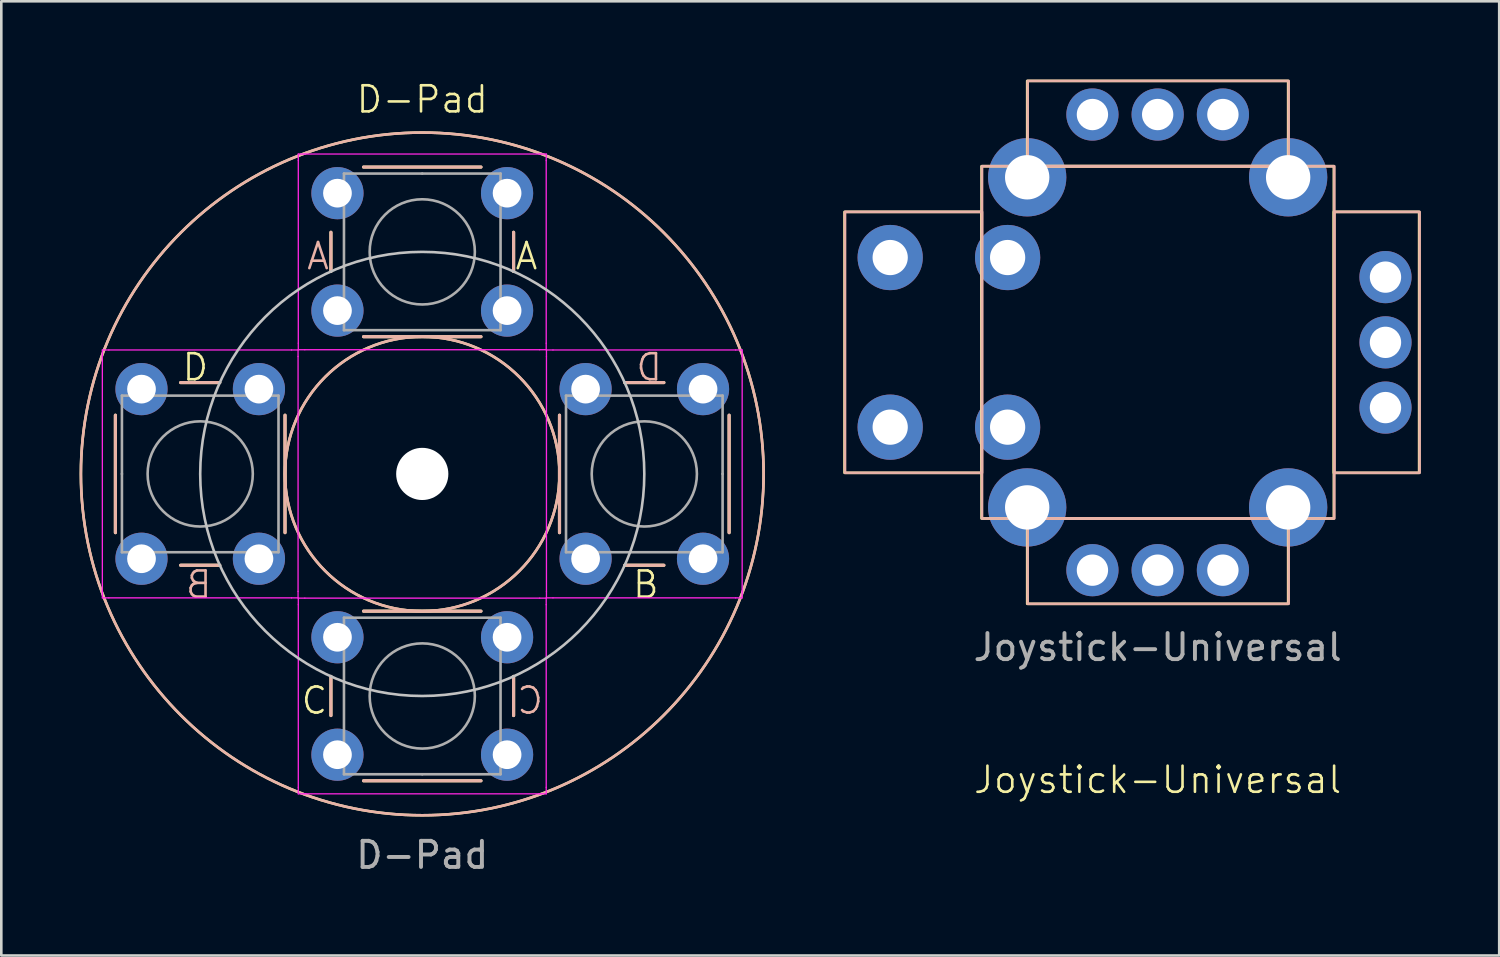
<source format=kicad_pcb>
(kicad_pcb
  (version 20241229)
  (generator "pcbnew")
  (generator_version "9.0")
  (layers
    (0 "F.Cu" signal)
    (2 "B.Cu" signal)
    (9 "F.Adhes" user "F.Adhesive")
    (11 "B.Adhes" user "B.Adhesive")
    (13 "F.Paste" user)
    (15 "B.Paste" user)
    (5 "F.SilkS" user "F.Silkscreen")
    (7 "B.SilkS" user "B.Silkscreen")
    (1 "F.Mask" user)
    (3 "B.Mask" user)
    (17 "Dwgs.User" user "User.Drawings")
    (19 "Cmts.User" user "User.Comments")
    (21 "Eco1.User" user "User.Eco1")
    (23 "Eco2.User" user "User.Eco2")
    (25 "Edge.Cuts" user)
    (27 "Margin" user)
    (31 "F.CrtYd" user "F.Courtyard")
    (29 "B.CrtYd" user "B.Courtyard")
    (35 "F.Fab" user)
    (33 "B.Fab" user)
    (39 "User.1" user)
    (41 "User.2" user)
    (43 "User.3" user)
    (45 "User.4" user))
  (footprint "Joystick-Universal"
    (layer "F.Cu")
    (at 41.312 10.069)
    (property "Reference" "Joystick-Universal" (at 0 16.764 0) (unlocked yes) (layer "F.SilkS") (effects (font (size 1 1) (thickness 0.1))))
    (attr through_hole)
    (fp_rect (start -12 -5) (end -6.75 5) (stroke (width 0.1) (type default)) (fill no) (layer "F.SilkS"))
    (fp_rect (start -6.75 -6.75) (end 6.75 6.75) (stroke (width 0.1) (type default)) (fill no) (layer "F.SilkS"))
    (fp_rect (start -5 6.75) (end 5 10.019) (stroke (width 0.1) (type default)) (fill no) (layer "F.SilkS"))
    (fp_rect (start 5 -6.75) (end -5 -10.019) (stroke (width 0.1) (type default)) (fill no) (layer "F.SilkS"))
    (fp_rect (start 6.75 5) (end 10.019 -5) (stroke (width 0.1) (type default)) (fill no) (layer "F.SilkS"))
    (fp_rect (start -11.981 5) (end -6.731 -5) (stroke (width 0.1) (type default)) (fill no) (layer "B.SilkS"))
    (fp_rect (start -6.731 6.75) (end 6.769 -6.75) (stroke (width 0.1) (type default)) (fill no) (layer "B.SilkS"))
    (fp_rect (start -4.981 -6.75) (end 5.019 -10.019) (stroke (width 0.1) (type default)) (fill no) (layer "B.SilkS"))
    (fp_rect (start 5.019 6.75) (end -4.981 10.019) (stroke (width 0.1) (type default)) (fill no) (layer "B.SilkS"))
    (fp_rect (start 6.769 -5) (end 10.038 5) (stroke (width 0.1) (type default)) (fill no) (layer "B.SilkS"))
    (fp_text user "${REFERENCE}" (at 0 11.684 0) (unlocked yes) (layer "F.Fab") (effects (font (size 1 1) (thickness 0.15))))
    (pad "1" thru_hole circle (at -2.5 8.73) (size 2 2) (drill 1.2) (layers "*.Cu" "*.Mask"))
    (pad "1" thru_hole circle (at 2.5 -8.73 180) (size 2 2) (drill 1.2) (layers "*.Cu" "*.Mask"))
    (pad "2" thru_hole circle (at 0 -8.73 180) (size 2 2) (drill 1.2) (layers "*.Cu" "*.Mask"))
    (pad "2" thru_hole circle (at 0 8.73) (size 2 2) (drill 1.2) (layers "*.Cu" "*.Mask"))
    (pad "3" thru_hole circle (at -2.5 -8.73 180) (size 2 2) (drill 1.2) (layers "*.Cu" "*.Mask"))
    (pad "3" thru_hole circle (at 2.5 8.73) (size 2 2) (drill 1.2) (layers "*.Cu" "*.Mask"))
    (pad "4" thru_hole circle (at 8.73 2.5 90) (size 2 2) (drill 1.2) (layers "*.Cu" "*.Mask"))
    (pad "5" thru_hole circle (at 8.73 0 90) (size 2 2) (drill 1.2) (layers "*.Cu" "*.Mask"))
    (pad "6" thru_hole circle (at 8.73 -2.5 90) (size 2 2) (drill 1.2) (layers "*.Cu" "*.Mask"))
    (pad "7" thru_hole circle (at -5.75 -3.25) (size 2.5 2.5) (drill 1.35) (layers "*.Cu" "*.Mask"))
    (pad "7" thru_hole circle (at -5.75 3.25) (size 2.5 2.5) (drill 1.35) (layers "*.Cu" "*.Mask"))
    (pad "8" thru_hole circle (at -10.25 -3.25) (size 2.5 2.5) (drill 1.35) (layers "*.Cu" "*.Mask"))
    (pad "8" thru_hole circle (at -10.25 3.25) (size 2.5 2.5) (drill 1.35) (layers "*.Cu" "*.Mask"))
    (pad "9" thru_hole circle (at -5 -6.325 90) (size 3 3) (drill 1.7) (layers "*.Cu" "*.Mask"))
    (pad "9" thru_hole circle (at -5 6.325 180) (size 3 3) (drill 1.7) (layers "*.Cu" "*.Mask"))
    (pad "9" thru_hole circle (at 5 -6.325 180) (size 3 3) (drill 1.7) (layers "*.Cu" "*.Mask"))
    (pad "9" thru_hole circle (at 5 6.325 90) (size 3 3) (drill 1.7) (layers "*.Cu" "*.Mask")))
  (footprint "D-Pad"
    (layer "F.Cu")
    (at 13.131 15.111)
    (property "Reference" "D-Pad" (at 0 -14.351 0) (unlocked yes) (layer "F.SilkS") (effects (font (size 1 1) (thickness 0.1))))
    (attr through_hole)
    (fp_line (start -11.759 -2.25) (end -11.759 2.25) (stroke (width 0.12) (type solid)) (layer "F.SilkS"))
    (fp_line (start -9.259 3.5) (end -7.759 3.5) (stroke (width 0.12) (type solid)) (layer "F.SilkS"))
    (fp_line (start -7.759 -3.5) (end -9.259 -3.5) (stroke (width 0.12) (type solid)) (layer "F.SilkS"))
    (fp_line (start -5.259 2.25) (end -5.259 -2.25) (stroke (width 0.12) (type solid)) (layer "F.SilkS"))
    (fp_line (start -3.5 -9.259) (end -3.5 -7.759) (stroke (width 0.12) (type solid)) (layer "F.SilkS"))
    (fp_line (start -3.5 7.759) (end -3.5 9.259) (stroke (width 0.12) (type solid)) (layer "F.SilkS"))
    (fp_line (start -2.25 -5.259) (end 2.25 -5.259) (stroke (width 0.12) (type solid)) (layer "F.SilkS"))
    (fp_line (start -2.25 11.759) (end 2.25 11.759) (stroke (width 0.12) (type solid)) (layer "F.SilkS"))
    (fp_line (start 2.25 -11.759) (end -2.25 -11.759) (stroke (width 0.12) (type solid)) (layer "F.SilkS"))
    (fp_line (start 2.25 5.259) (end -2.25 5.259) (stroke (width 0.12) (type solid)) (layer "F.SilkS"))
    (fp_line (start 3.5 -7.759) (end 3.5 -9.259) (stroke (width 0.12) (type solid)) (layer "F.SilkS"))
    (fp_line (start 3.5 9.259) (end 3.5 7.759) (stroke (width 0.12) (type solid)) (layer "F.SilkS"))
    (fp_line (start 5.259 -2.25) (end 5.259 2.25) (stroke (width 0.12) (type solid)) (layer "F.SilkS"))
    (fp_line (start 7.759 3.5) (end 9.259 3.5) (stroke (width 0.12) (type solid)) (layer "F.SilkS"))
    (fp_line (start 9.259 -3.5) (end 7.759 -3.5) (stroke (width 0.12) (type solid)) (layer "F.SilkS"))
    (fp_line (start 11.759 2.25) (end 11.759 -2.25) (stroke (width 0.12) (type solid)) (layer "F.SilkS"))
    (fp_circle (center 0 0) (end 5.259 0) (stroke (width 0.1) (type default)) (fill no) (layer "F.SilkS"))
    (fp_circle (center 0 0) (end 13.081 0) (stroke (width 0.1) (type default)) (fill no) (layer "F.SilkS"))
    (fp_line (start -11.759 2.25) (end -11.759 -2.25) (stroke (width 0.12) (type solid)) (layer "B.SilkS"))
    (fp_line (start -9.259 -3.5) (end -7.759 -3.5) (stroke (width 0.12) (type solid)) (layer "B.SilkS"))
    (fp_line (start -7.759 3.5) (end -9.259 3.5) (stroke (width 0.12) (type solid)) (layer "B.SilkS"))
    (fp_line (start -5.259 -2.25) (end -5.259 2.25) (stroke (width 0.12) (type solid)) (layer "B.SilkS"))
    (fp_line (start -3.5 -7.759) (end -3.5 -9.259) (stroke (width 0.12) (type solid)) (layer "B.SilkS"))
    (fp_line (start -3.5 9.259) (end -3.5 7.759) (stroke (width 0.12) (type solid)) (layer "B.SilkS"))
    (fp_line (start -2.25 -11.759) (end 2.25 -11.759) (stroke (width 0.12) (type solid)) (layer "B.SilkS"))
    (fp_line (start -2.25 5.259) (end 2.25 5.259) (stroke (width 0.12) (type solid)) (layer "B.SilkS"))
    (fp_line (start 2.25 -5.259) (end -2.25 -5.259) (stroke (width 0.12) (type solid)) (layer "B.SilkS"))
    (fp_line (start 2.25 11.759) (end -2.25 11.759) (stroke (width 0.12) (type solid)) (layer "B.SilkS"))
    (fp_line (start 3.5 -9.259) (end 3.5 -7.759) (stroke (width 0.12) (type solid)) (layer "B.SilkS"))
    (fp_line (start 3.5 7.759) (end 3.5 9.259) (stroke (width 0.12) (type solid)) (layer "B.SilkS"))
    (fp_line (start 5.259 2.25) (end 5.259 -2.25) (stroke (width 0.12) (type solid)) (layer "B.SilkS"))
    (fp_line (start 7.759 -3.5) (end 9.259 -3.5) (stroke (width 0.12) (type solid)) (layer "B.SilkS"))
    (fp_line (start 9.259 3.5) (end 7.759 3.5) (stroke (width 0.12) (type solid)) (layer "B.SilkS"))
    (fp_line (start 11.759 -2.25) (end 11.759 2.25) (stroke (width 0.12) (type solid)) (layer "B.SilkS"))
    (fp_circle (center 0 0) (end -13.081 0) (stroke (width 0.1) (type default)) (fill no) (layer "B.SilkS"))
    (fp_circle (center 0 0) (end -5.259 0) (stroke (width 0.1) (type default)) (fill no) (layer "B.SilkS"))
    (fp_circle (center 0 0) (end 8.509 0) (stroke (width 0.1) (type default)) (fill no) (layer "Dwgs.User"))
    (fp_line (start -12.259 -4.75) (end -12.009 -4.75) (stroke (width 0.05) (type solid)) (layer "F.CrtYd"))
    (fp_line (start -12.259 -4.5) (end -12.259 -4.75) (stroke (width 0.05) (type solid)) (layer "F.CrtYd"))
    (fp_line (start -12.259 4.5) (end -12.259 -4.5) (stroke (width 0.05) (type solid)) (layer "F.CrtYd"))
    (fp_line (start -12.259 4.75) (end -12.259 4.5) (stroke (width 0.05) (type solid)) (layer "F.CrtYd"))
    (fp_line (start -12.009 -4.75) (end -5.009 -4.75) (stroke (width 0.05) (type solid)) (layer "F.CrtYd"))
    (fp_line (start -12.009 4.75) (end -12.259 4.75) (stroke (width 0.05) (type solid)) (layer "F.CrtYd"))
    (fp_line (start -5.009 4.75) (end -12.009 4.75) (stroke (width 0.05) (type solid)) (layer "F.CrtYd"))
    (fp_line (start -5.009 4.75) (end -4.759 4.75) (stroke (width 0.05) (type solid)) (layer "F.CrtYd"))
    (fp_line (start -4.759 -4.75) (end -5.009 -4.75) (stroke (width 0.05) (type solid)) (layer "F.CrtYd"))
    (fp_line (start -4.759 -4.5) (end -4.759 -4.75) (stroke (width 0.05) (type solid)) (layer "F.CrtYd"))
    (fp_line (start -4.759 -4.5) (end -4.759 4.5) (stroke (width 0.05) (type solid)) (layer "F.CrtYd"))
    (fp_line (start -4.759 4.75) (end -4.759 4.5) (stroke (width 0.05) (type solid)) (layer "F.CrtYd"))
    (fp_line (start -4.75 -12.259) (end -4.5 -12.259) (stroke (width 0.05) (type solid)) (layer "F.CrtYd"))
    (fp_line (start -4.75 -12.009) (end -4.75 -12.259) (stroke (width 0.05) (type solid)) (layer "F.CrtYd"))
    (fp_line (start -4.75 -5.009) (end -4.75 -12.009) (stroke (width 0.05) (type solid)) (layer "F.CrtYd"))
    (fp_line (start -4.75 -5.009) (end -4.75 -4.759) (stroke (width 0.05) (type solid)) (layer "F.CrtYd"))
    (fp_line (start -4.75 -4.759) (end -4.5 -4.759) (stroke (width 0.05) (type solid)) (layer "F.CrtYd"))
    (fp_line (start -4.75 4.759) (end -4.75 5.009) (stroke (width 0.05) (type solid)) (layer "F.CrtYd"))
    (fp_line (start -4.75 12.009) (end -4.75 5.009) (stroke (width 0.05) (type solid)) (layer "F.CrtYd"))
    (fp_line (start -4.75 12.259) (end -4.75 12.009) (stroke (width 0.05) (type solid)) (layer "F.CrtYd"))
    (fp_line (start -4.5 -12.259) (end 4.5 -12.259) (stroke (width 0.05) (type solid)) (layer "F.CrtYd"))
    (fp_line (start -4.5 4.759) (end -4.75 4.759) (stroke (width 0.05) (type solid)) (layer "F.CrtYd"))
    (fp_line (start -4.5 4.759) (end 4.5 4.759) (stroke (width 0.05) (type solid)) (layer "F.CrtYd"))
    (fp_line (start -4.5 12.259) (end -4.75 12.259) (stroke (width 0.05) (type solid)) (layer "F.CrtYd"))
    (fp_line (start 4.5 -12.259) (end 4.75 -12.259) (stroke (width 0.05) (type solid)) (layer "F.CrtYd"))
    (fp_line (start 4.5 -4.759) (end -4.5 -4.759) (stroke (width 0.05) (type solid)) (layer "F.CrtYd"))
    (fp_line (start 4.5 -4.759) (end 4.75 -4.759) (stroke (width 0.05) (type solid)) (layer "F.CrtYd"))
    (fp_line (start 4.5 12.259) (end -4.5 12.259) (stroke (width 0.05) (type solid)) (layer "F.CrtYd"))
    (fp_line (start 4.75 -12.259) (end 4.75 -12.009) (stroke (width 0.05) (type solid)) (layer "F.CrtYd"))
    (fp_line (start 4.75 -12.009) (end 4.75 -5.009) (stroke (width 0.05) (type solid)) (layer "F.CrtYd"))
    (fp_line (start 4.75 -4.759) (end 4.75 -5.009) (stroke (width 0.05) (type solid)) (layer "F.CrtYd"))
    (fp_line (start 4.75 4.759) (end 4.5 4.759) (stroke (width 0.05) (type solid)) (layer "F.CrtYd"))
    (fp_line (start 4.75 5.009) (end 4.75 4.759) (stroke (width 0.05) (type solid)) (layer "F.CrtYd"))
    (fp_line (start 4.75 5.009) (end 4.75 12.009) (stroke (width 0.05) (type solid)) (layer "F.CrtYd"))
    (fp_line (start 4.75 12.009) (end 4.75 12.259) (stroke (width 0.05) (type solid)) (layer "F.CrtYd"))
    (fp_line (start 4.75 12.259) (end 4.5 12.259) (stroke (width 0.05) (type solid)) (layer "F.CrtYd"))
    (fp_line (start 4.759 -4.75) (end 4.759 -4.5) (stroke (width 0.05) (type solid)) (layer "F.CrtYd"))
    (fp_line (start 4.759 4.5) (end 4.759 -4.5) (stroke (width 0.05) (type solid)) (layer "F.CrtYd"))
    (fp_line (start 4.759 4.5) (end 4.759 4.75) (stroke (width 0.05) (type solid)) (layer "F.CrtYd"))
    (fp_line (start 4.759 4.75) (end 5.009 4.75) (stroke (width 0.05) (type solid)) (layer "F.CrtYd"))
    (fp_line (start 5.009 -4.75) (end 4.759 -4.75) (stroke (width 0.05) (type solid)) (layer "F.CrtYd"))
    (fp_line (start 5.009 -4.75) (end 12.009 -4.75) (stroke (width 0.05) (type solid)) (layer "F.CrtYd"))
    (fp_line (start 12.009 -4.75) (end 12.259 -4.75) (stroke (width 0.05) (type solid)) (layer "F.CrtYd"))
    (fp_line (start 12.009 4.75) (end 5.009 4.75) (stroke (width 0.05) (type solid)) (layer "F.CrtYd"))
    (fp_line (start 12.259 -4.75) (end 12.259 -4.5) (stroke (width 0.05) (type solid)) (layer "F.CrtYd"))
    (fp_line (start 12.259 -4.5) (end 12.259 4.5) (stroke (width 0.05) (type solid)) (layer "F.CrtYd"))
    (fp_line (start 12.259 4.5) (end 12.259 4.75) (stroke (width 0.05) (type solid)) (layer "F.CrtYd"))
    (fp_line (start 12.259 4.75) (end 12.009 4.75) (stroke (width 0.05) (type solid)) (layer "F.CrtYd"))
    (fp_line (start -11.509 -3) (end -5.509 -3) (stroke (width 0.1) (type solid)) (layer "F.Fab"))
    (fp_line (start -11.509 0) (end -11.509 -3) (stroke (width 0.1) (type solid)) (layer "F.Fab"))
    (fp_line (start -11.509 3) (end -11.509 0) (stroke (width 0.1) (type solid)) (layer "F.Fab"))
    (fp_line (start -5.509 -3) (end -5.509 3) (stroke (width 0.1) (type solid)) (layer "F.Fab"))
    (fp_line (start -5.509 3) (end -11.509 3) (stroke (width 0.1) (type solid)) (layer "F.Fab"))
    (fp_line (start -3 -11.509) (end 0 -11.509) (stroke (width 0.1) (type solid)) (layer "F.Fab"))
    (fp_line (start -3 -5.509) (end -3 -11.509) (stroke (width 0.1) (type solid)) (layer "F.Fab"))
    (fp_line (start -3 5.509) (end 3 5.509) (stroke (width 0.1) (type solid)) (layer "F.Fab"))
    (fp_line (start -3 11.509) (end -3 5.509) (stroke (width 0.1) (type solid)) (layer "F.Fab"))
    (fp_line (start 0 -11.509) (end 3 -11.509) (stroke (width 0.1) (type solid)) (layer "F.Fab"))
    (fp_line (start 0 11.509) (end -3 11.509) (stroke (width 0.1) (type solid)) (layer "F.Fab"))
    (fp_line (start 3 -11.509) (end 3 -5.509) (stroke (width 0.1) (type solid)) (layer "F.Fab"))
    (fp_line (start 3 -5.509) (end -3 -5.509) (stroke (width 0.1) (type solid)) (layer "F.Fab"))
    (fp_line (start 3 5.509) (end 3 11.509) (stroke (width 0.1) (type solid)) (layer "F.Fab"))
    (fp_line (start 3 11.509) (end 0 11.509) (stroke (width 0.1) (type solid)) (layer "F.Fab"))
    (fp_line (start 5.509 -3) (end 11.509 -3) (stroke (width 0.1) (type solid)) (layer "F.Fab"))
    (fp_line (start 5.509 3) (end 5.509 -3) (stroke (width 0.1) (type solid)) (layer "F.Fab"))
    (fp_line (start 11.509 -3) (end 11.509 0) (stroke (width 0.1) (type solid)) (layer "F.Fab"))
    (fp_line (start 11.509 0) (end 11.509 3) (stroke (width 0.1) (type solid)) (layer "F.Fab"))
    (fp_line (start 11.509 3) (end 5.509 3) (stroke (width 0.1) (type solid)) (layer "F.Fab"))
    (fp_circle (center -8.509 0) (end -8.259 2) (stroke (width 0.1) (type solid)) (fill no) (layer "F.Fab"))
    (fp_circle (center 0 -8.509) (end -2 -8.259) (stroke (width 0.1) (type solid)) (fill no) (layer "F.Fab"))
    (fp_circle (center 0 8.509) (end 2 8.259) (stroke (width 0.1) (type solid)) (fill no) (layer "F.Fab"))
    (fp_circle (center 8.509 0) (end 8.259 -2) (stroke (width 0.1) (type solid)) (fill no) (layer "F.Fab"))
    (fp_text user "B" (at 8.001 4.826 0) (unlocked yes) (layer "F.SilkS") (effects (font (size 1 1) (thickness 0.1)) (justify left bottom)))
    (fp_text user "C" (at -4.699 9.271 0) (unlocked yes) (layer "F.SilkS") (effects (font (size 1 1) (thickness 0.1)) (justify left bottom)))
    (fp_text user "D" (at -9.259 -3.5 0) (unlocked yes) (layer "F.SilkS") (effects (font (size 1 1) (thickness 0.1)) (justify left bottom)))
    (fp_text user "A" (at 3.5 -7.759 0) (unlocked yes) (layer "F.SilkS") (effects (font (size 1 1) (thickness 0.1)) (justify left bottom)))
    (fp_text user "D" (at 9.259 -3.5 0) (unlocked yes) (layer "B.SilkS") (effects (font (size 1 1) (thickness 0.1)) (justify left bottom mirror)))
    (fp_text user "B" (at -8.001 4.826 0) (unlocked yes) (layer "B.SilkS") (effects (font (size 1 1) (thickness 0.1)) (justify left bottom mirror)))
    (fp_text user "C" (at 4.699 9.271 0) (unlocked yes) (layer "B.SilkS") (effects (font (size 1 1) (thickness 0.1)) (justify left bottom mirror)))
    (fp_text user "A" (at -3.5 -7.759 0) (unlocked yes) (layer "B.SilkS") (effects (font (size 1 1) (thickness 0.1)) (justify left bottom mirror)))
    (fp_text user "${REFERENCE}" (at 0 14.605 0) (unlocked yes) (layer "F.Fab") (effects (font (size 1 1) (thickness 0.15))))
    (pad "" np_thru_hole circle (at 0 0 90) (size 2 2) (drill 2.1) (layers "*.Cu" "*.Mask"))
    (pad "1" thru_hole circle (at -3.25 -10.759 90) (size 2 2) (drill 1.1) (layers "*.Cu" "*.Mask"))
    (pad "1" thru_hole circle (at 3.25 -10.759 90) (size 2 2) (drill 1.1) (layers "*.Cu" "*.Mask"))
    (pad "2" thru_hole circle (at 10.759 -3.25) (size 2 2) (drill 1.1) (layers "*.Cu" "*.Mask"))
    (pad "2" thru_hole circle (at 10.759 3.25) (size 2 2) (drill 1.1) (layers "*.Cu" "*.Mask"))
    (pad "3" thru_hole circle (at -3.25 10.759 270) (size 2 2) (drill 1.1) (layers "*.Cu" "*.Mask"))
    (pad "3" thru_hole circle (at 3.25 10.759 270) (size 2 2) (drill 1.1) (layers "*.Cu" "*.Mask"))
    (pad "4" thru_hole circle (at -10.759 -3.25 180) (size 2 2) (drill 1.1) (layers "*.Cu" "*.Mask"))
    (pad "4" thru_hole circle (at -10.759 3.25 180) (size 2 2) (drill 1.1) (layers "*.Cu" "*.Mask"))
    (pad "5" thru_hole circle (at -6.259 -3.25 180) (size 2 2) (drill 1.1) (layers "*.Cu" "*.Mask"))
    (pad "5" thru_hole circle (at -6.259 3.25 180) (size 2 2) (drill 1.1) (layers "*.Cu" "*.Mask"))
    (pad "5" thru_hole circle (at -3.25 -6.259 90) (size 2 2) (drill 1.1) (layers "*.Cu" "*.Mask"))
    (pad "5" thru_hole circle (at -3.25 6.259 270) (size 2 2) (drill 1.1) (layers "*.Cu" "*.Mask"))
    (pad "5" thru_hole circle (at 3.25 -6.259 90) (size 2 2) (drill 1.1) (layers "*.Cu" "*.Mask"))
    (pad "5" thru_hole circle (at 3.25 6.259 270) (size 2 2) (drill 1.1) (layers "*.Cu" "*.Mask"))
    (pad "5" thru_hole circle (at 6.259 -3.25) (size 2 2) (drill 1.1) (layers "*.Cu" "*.Mask"))
    (pad "5" thru_hole circle (at 6.259 3.25) (size 2 2) (drill 1.1) (layers "*.Cu" "*.Mask")))
  (gr_rect
    (start -3 -3)
    (end 54.4 33.565)
    (stroke (width 0.1) (type default))
    (fill no)
    (layer "Edge.Cuts")))
</source>
